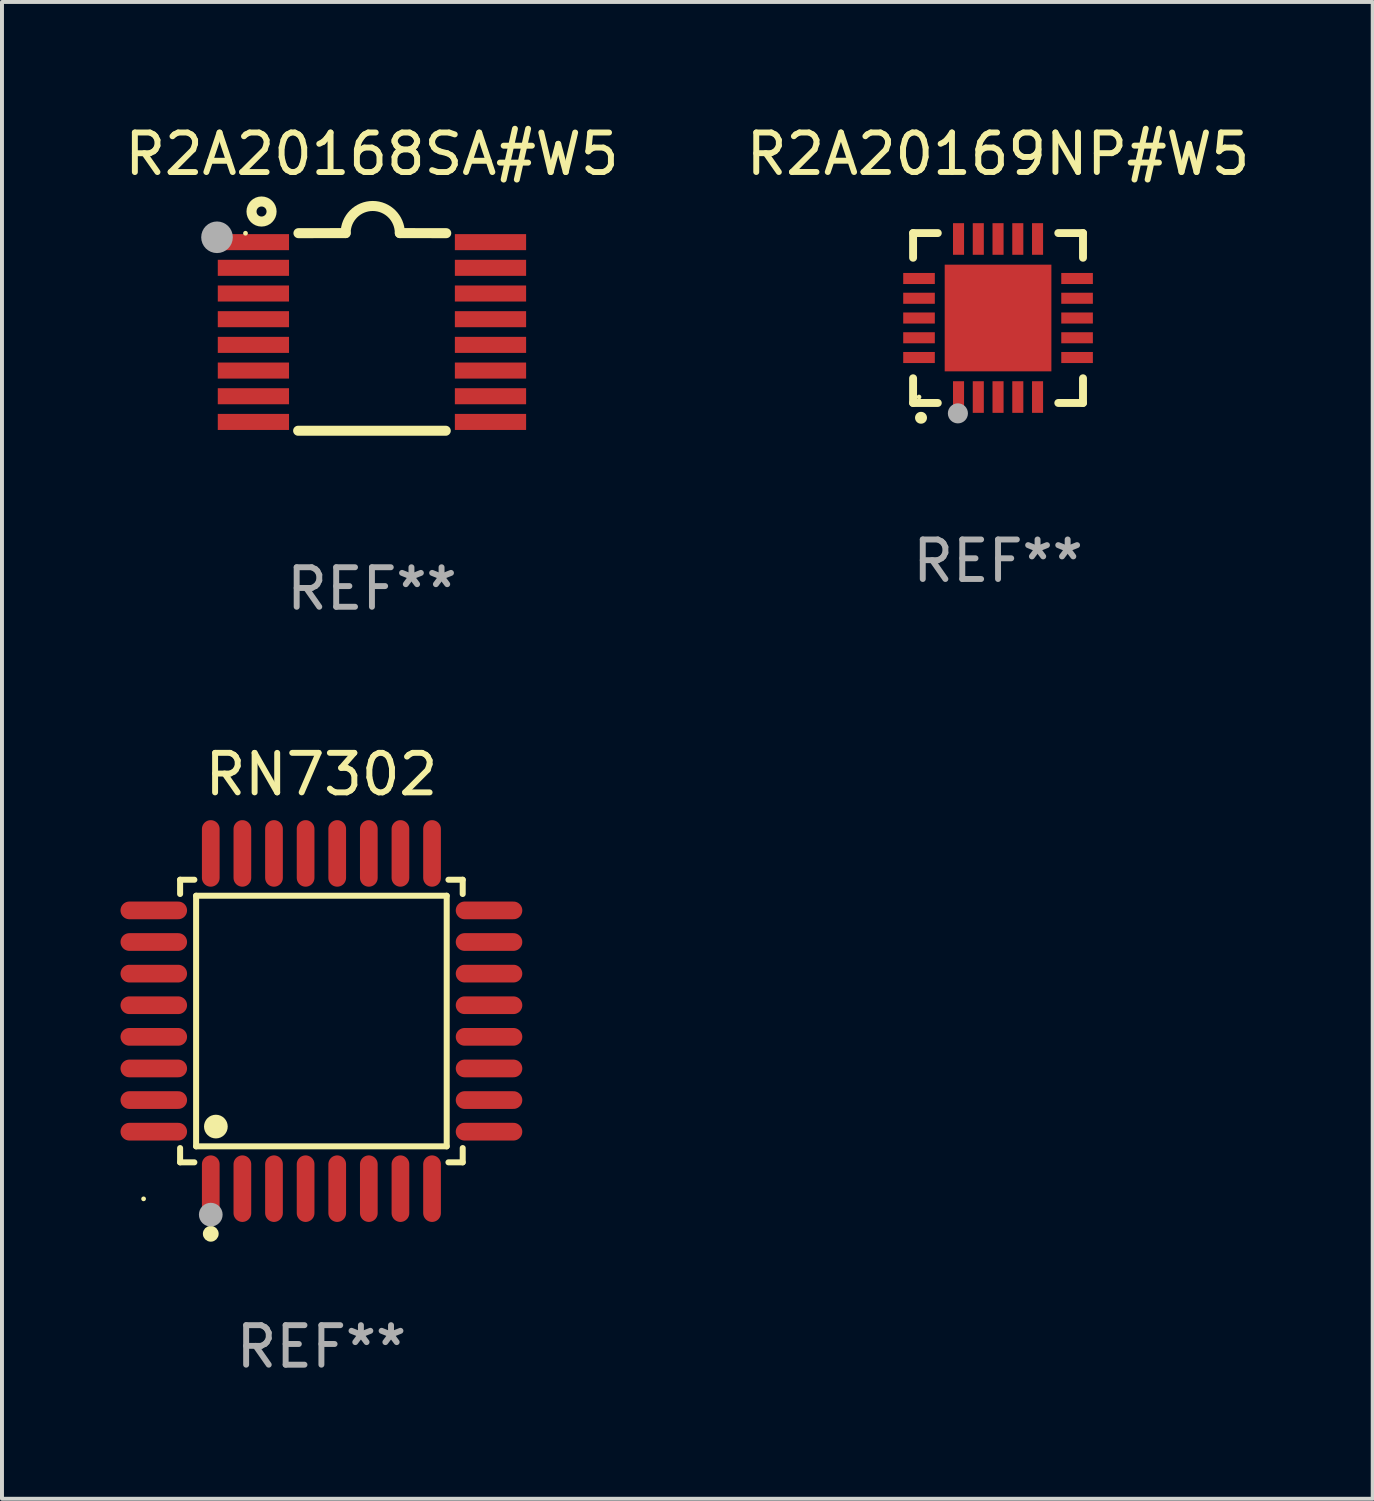
<source format=kicad_pcb>
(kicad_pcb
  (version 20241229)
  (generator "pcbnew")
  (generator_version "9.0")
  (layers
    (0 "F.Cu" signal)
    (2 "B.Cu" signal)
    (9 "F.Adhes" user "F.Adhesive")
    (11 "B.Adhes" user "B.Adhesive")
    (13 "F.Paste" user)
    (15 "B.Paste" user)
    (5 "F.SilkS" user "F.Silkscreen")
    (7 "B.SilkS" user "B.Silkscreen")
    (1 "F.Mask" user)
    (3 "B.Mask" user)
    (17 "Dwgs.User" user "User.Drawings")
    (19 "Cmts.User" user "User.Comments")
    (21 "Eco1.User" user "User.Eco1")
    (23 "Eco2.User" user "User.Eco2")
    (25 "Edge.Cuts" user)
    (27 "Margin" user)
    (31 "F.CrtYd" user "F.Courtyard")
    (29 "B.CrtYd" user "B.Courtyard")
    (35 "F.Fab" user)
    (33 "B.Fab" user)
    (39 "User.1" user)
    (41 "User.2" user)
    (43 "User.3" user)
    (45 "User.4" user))
  (footprint "R2A20169NP#W5"
    (layer "F.Cu")
    (at 22.208 4.998)
    (property "Reference" "R2A20169NP#W5" (at 0 -4.15 0) (layer "F.SilkS") (effects (font (size 1 1) (thickness 0.15))))
    (attr through_hole)
    (fp_line (start -2.15 -2.15) (end -2.15 -1.525) (stroke (width 0.2) (type solid)) (layer "F.SilkS"))
    (fp_line (start -2.15 2.15) (end -2.15 1.525) (stroke (width 0.2) (type solid)) (layer "F.SilkS"))
    (fp_line (start -1.525 -2.15) (end -2.15 -2.15) (stroke (width 0.2) (type solid)) (layer "F.SilkS"))
    (fp_line (start -1.525 2.15) (end -2.15 2.15) (stroke (width 0.2) (type solid)) (layer "F.SilkS"))
    (fp_line (start 1.525 2.15) (end 2.15 2.15) (stroke (width 0.2) (type solid)) (layer "F.SilkS"))
    (fp_line (start 2.15 -2.15) (end 1.525 -2.15) (stroke (width 0.2) (type solid)) (layer "F.SilkS"))
    (fp_line (start 2.15 -1.525) (end 2.15 -2.15) (stroke (width 0.2) (type solid)) (layer "F.SilkS"))
    (fp_line (start 2.15 2.15) (end 2.15 1.525) (stroke (width 0.2) (type solid)) (layer "F.SilkS"))
    (fp_arc (start -1.950724 2.524765) (mid -1.949454 2.52476) (end -1.948184 2.524765) (stroke (width 0.3) (type solid)) (layer "F.SilkS"))
    (fp_circle (center -2 2) (end -1.97 2) (stroke (width 0.06) (type solid)) (fill no) (layer "F.SilkS"))
    (fp_circle (center -1.016 2.413) (end -0.889 2.413) (stroke (width 0.254) (type solid)) (fill no) (layer "F.Fab"))
    (fp_text user "REF**" (at 0 6.15 0) (layer "F.Fab") (effects (font (size 1 1) (thickness 0.15))))
    (pad "1" smd rect (at -1 2) (size 0.28 0.8) (layers "F.Cu" "F.Mask" "F.Paste"))
    (pad "2" smd rect (at -0.5 2) (size 0.28 0.8) (layers "F.Cu" "F.Mask" "F.Paste"))
    (pad "3" smd rect (at 0 2) (size 0.28 0.8) (layers "F.Cu" "F.Mask" "F.Paste"))
    (pad "4" smd rect (at 0.5 2) (size 0.28 0.8) (layers "F.Cu" "F.Mask" "F.Paste"))
    (pad "5" smd rect (at 1 2) (size 0.28 0.8) (layers "F.Cu" "F.Mask" "F.Paste"))
    (pad "6" smd rect (at 2 1) (size 0.8 0.28) (layers "F.Cu" "F.Mask" "F.Paste"))
    (pad "7" smd rect (at 2 0.5) (size 0.8 0.28) (layers "F.Cu" "F.Mask" "F.Paste"))
    (pad "8" smd rect (at 2 0) (size 0.8 0.28) (layers "F.Cu" "F.Mask" "F.Paste"))
    (pad "9" smd rect (at 2 -0.5) (size 0.8 0.28) (layers "F.Cu" "F.Mask" "F.Paste"))
    (pad "10" smd rect (at 2 -1) (size 0.8 0.28) (layers "F.Cu" "F.Mask" "F.Paste"))
    (pad "11" smd rect (at 1 -2) (size 0.28 0.8) (layers "F.Cu" "F.Mask" "F.Paste"))
    (pad "12" smd rect (at 0.5 -2) (size 0.28 0.8) (layers "F.Cu" "F.Mask" "F.Paste"))
    (pad "13" smd rect (at 0 -2) (size 0.28 0.8) (layers "F.Cu" "F.Mask" "F.Paste"))
    (pad "14" smd rect (at -0.5 -2) (size 0.28 0.8) (layers "F.Cu" "F.Mask" "F.Paste"))
    (pad "15" smd rect (at -1 -2) (size 0.28 0.8) (layers "F.Cu" "F.Mask" "F.Paste"))
    (pad "16" smd rect (at -2 -1) (size 0.8 0.28) (layers "F.Cu" "F.Mask" "F.Paste"))
    (pad "17" smd rect (at -2 -0.5) (size 0.8 0.28) (layers "F.Cu" "F.Mask" "F.Paste"))
    (pad "18" smd rect (at -2 0) (size 0.8 0.28) (layers "F.Cu" "F.Mask" "F.Paste"))
    (pad "19" smd rect (at -2 0.5) (size 0.8 0.28) (layers "F.Cu" "F.Mask" "F.Paste"))
    (pad "20" smd rect (at -2 1) (size 0.8 0.28) (layers "F.Cu" "F.Mask" "F.Paste"))
    (pad "21" smd rect (at 0 0) (size 2.7 2.7) (layers "F.Cu" "F.Mask" "F.Paste")))
  (footprint "R2A20168SA#W5"
    (layer "F.Cu")
    (at 6.363 5.35)
    (property "Reference" "R2A20168SA#W5" (at 0 -4.501 0) (layer "F.SilkS") (effects (font (size 1 1) (thickness 0.15))))
    (attr through_hole)
    (fp_line (start -1.868 2.501) (end 1.868 2.501) (stroke (width 0.254) (type solid)) (layer "F.SilkS"))
    (fp_line (start -1.86 -2.499) (end -0.666 -2.501) (stroke (width 0.254) (type solid)) (layer "F.SilkS"))
    (fp_line (start 0.706 -2.501) (end 1.88 -2.499) (stroke (width 0.254) (type solid)) (layer "F.SilkS"))
    (fp_arc (start -0.665914 -2.501448) (mid 0.019888 -3.18725) (end 0.70569 -2.501448) (stroke (width 0.254001) (type solid)) (layer "F.SilkS"))
    (fp_circle (center -3.2 -2.497) (end -3.17 -2.497) (stroke (width 0.06) (type solid)) (fill no) (layer "F.SilkS"))
    (fp_circle (center -2.794 -3.047) (end -2.54 -3.047) (stroke (width 0.254) (type solid)) (fill no) (layer "F.SilkS"))
    (fp_circle (center -3.921 -2.395) (end -3.721 -2.395) (stroke (width 0.4) (type solid)) (fill no) (layer "F.Fab"))
    (fp_text user "REF**" (at 0 6.501 0) (layer "F.Fab") (effects (font (size 1 1) (thickness 0.15))))
    (pad "1" smd rect (at -3 -2.272) (size 1.803 0.406) (layers "F.Cu" "F.Mask" "F.Paste"))
    (pad "2" smd rect (at -3 -1.622) (size 1.803 0.406) (layers "F.Cu" "F.Mask" "F.Paste"))
    (pad "3" smd rect (at -3 -0.972) (size 1.803 0.406) (layers "F.Cu" "F.Mask" "F.Paste"))
    (pad "4" smd rect (at -3 -0.322) (size 1.803 0.406) (layers "F.Cu" "F.Mask" "F.Paste"))
    (pad "5" smd rect (at -3 0.328) (size 1.803 0.406) (layers "F.Cu" "F.Mask" "F.Paste"))
    (pad "6" smd rect (at -3 0.978) (size 1.803 0.406) (layers "F.Cu" "F.Mask" "F.Paste"))
    (pad "7" smd rect (at -3 1.628) (size 1.803 0.406) (layers "F.Cu" "F.Mask" "F.Paste"))
    (pad "8" smd rect (at -3 2.278) (size 1.803 0.406) (layers "F.Cu" "F.Mask" "F.Paste"))
    (pad "9" smd rect (at 3 2.278) (size 1.803 0.406) (layers "F.Cu" "F.Mask" "F.Paste"))
    (pad "10" smd rect (at 3 1.628) (size 1.803 0.406) (layers "F.Cu" "F.Mask" "F.Paste"))
    (pad "11" smd rect (at 3 0.978) (size 1.803 0.406) (layers "F.Cu" "F.Mask" "F.Paste"))
    (pad "12" smd rect (at 3 0.328) (size 1.803 0.406) (layers "F.Cu" "F.Mask" "F.Paste"))
    (pad "13" smd rect (at 3 -0.322) (size 1.803 0.406) (layers "F.Cu" "F.Mask" "F.Paste"))
    (pad "14" smd rect (at 3 -0.972) (size 1.803 0.406) (layers "F.Cu" "F.Mask" "F.Paste"))
    (pad "15" smd rect (at 3 -1.622) (size 1.803 0.406) (layers "F.Cu" "F.Mask" "F.Paste"))
    (pad "16" smd rect (at 3 -2.272) (size 1.803 0.406) (layers "F.Cu" "F.Mask" "F.Paste")))
  (footprint "RN7302"
    (layer "F.Cu")
    (at 5.084 22.79)
    (property "Reference" "RN7302" (at 0 -6.242 0) (layer "F.SilkS") (effects (font (size 1 1) (thickness 0.15))))
    (attr through_hole)
    (fp_line (start -3.576 -3.576) (end -3.215 -3.576) (stroke (width 0.152) (type solid)) (layer "F.SilkS"))
    (fp_line (start -3.576 -3.215) (end -3.576 -3.576) (stroke (width 0.152) (type solid)) (layer "F.SilkS"))
    (fp_line (start -3.576 3.215) (end -3.576 3.576) (stroke (width 0.152) (type solid)) (layer "F.SilkS"))
    (fp_line (start -3.576 3.576) (end -3.215 3.576) (stroke (width 0.152) (type solid)) (layer "F.SilkS"))
    (fp_line (start -3.171 -3.171) (end 3.171 -3.171) (stroke (width 0.152) (type solid)) (layer "F.SilkS"))
    (fp_line (start -3.171 3.171) (end -3.171 -3.171) (stroke (width 0.152) (type solid)) (layer "F.SilkS"))
    (fp_line (start 3.171 -3.171) (end 3.171 3.171) (stroke (width 0.152) (type solid)) (layer "F.SilkS"))
    (fp_line (start 3.171 3.171) (end -3.171 3.171) (stroke (width 0.152) (type solid)) (layer "F.SilkS"))
    (fp_line (start 3.576 -3.576) (end 3.215 -3.576) (stroke (width 0.152) (type solid)) (layer "F.SilkS"))
    (fp_line (start 3.576 -3.215) (end 3.576 -3.576) (stroke (width 0.152) (type solid)) (layer "F.SilkS"))
    (fp_line (start 3.576 3.215) (end 3.576 3.576) (stroke (width 0.152) (type solid)) (layer "F.SilkS"))
    (fp_line (start 3.576 3.576) (end 3.215 3.576) (stroke (width 0.152) (type solid)) (layer "F.SilkS"))
    (fp_circle (center -4.5 4.5) (end -4.47 4.5) (stroke (width 0.06) (type solid)) (fill no) (layer "F.SilkS"))
    (fp_circle (center -2.8 5.384) (end -2.7 5.384) (stroke (width 0.2) (type solid)) (fill no) (layer "F.SilkS"))
    (fp_circle (center -2.671 2.671) (end -2.521 2.671) (stroke (width 0.3) (type solid)) (fill no) (layer "F.SilkS"))
    (fp_circle (center -2.8 4.9) (end -2.65 4.9) (stroke (width 0.3) (type solid)) (fill no) (layer "F.Fab"))
    (fp_text user "REF**" (at 0 8.242 0) (layer "F.Fab") (effects (font (size 1 1) (thickness 0.15))))
    (pad "1" smd oval (at -2.8 4.242) (size 0.448 1.684) (layers "F.Cu" "F.Mask" "F.Paste"))
    (pad "2" smd oval (at -2 4.242) (size 0.448 1.684) (layers "F.Cu" "F.Mask" "F.Paste"))
    (pad "3" smd oval (at -1.2 4.242) (size 0.448 1.684) (layers "F.Cu" "F.Mask" "F.Paste"))
    (pad "4" smd oval (at -0.4 4.242) (size 0.448 1.684) (layers "F.Cu" "F.Mask" "F.Paste"))
    (pad "5" smd oval (at 0.4 4.242) (size 0.448 1.684) (layers "F.Cu" "F.Mask" "F.Paste"))
    (pad "6" smd oval (at 1.2 4.242) (size 0.448 1.684) (layers "F.Cu" "F.Mask" "F.Paste"))
    (pad "7" smd oval (at 2 4.242) (size 0.448 1.684) (layers "F.Cu" "F.Mask" "F.Paste"))
    (pad "8" smd oval (at 2.8 4.242) (size 0.448 1.684) (layers "F.Cu" "F.Mask" "F.Paste"))
    (pad "9" smd oval (at 4.242 2.8) (size 1.684 0.448) (layers "F.Cu" "F.Mask" "F.Paste"))
    (pad "10" smd oval (at 4.242 2) (size 1.684 0.448) (layers "F.Cu" "F.Mask" "F.Paste"))
    (pad "11" smd oval (at 4.242 1.2) (size 1.684 0.448) (layers "F.Cu" "F.Mask" "F.Paste"))
    (pad "12" smd oval (at 4.242 0.4) (size 1.684 0.448) (layers "F.Cu" "F.Mask" "F.Paste"))
    (pad "13" smd oval (at 4.242 -0.4) (size 1.684 0.448) (layers "F.Cu" "F.Mask" "F.Paste"))
    (pad "14" smd oval (at 4.242 -1.2) (size 1.684 0.448) (layers "F.Cu" "F.Mask" "F.Paste"))
    (pad "15" smd oval (at 4.242 -2) (size 1.684 0.448) (layers "F.Cu" "F.Mask" "F.Paste"))
    (pad "16" smd oval (at 4.242 -2.8) (size 1.684 0.448) (layers "F.Cu" "F.Mask" "F.Paste"))
    (pad "17" smd oval (at 2.8 -4.242) (size 0.448 1.684) (layers "F.Cu" "F.Mask" "F.Paste"))
    (pad "18" smd oval (at 2 -4.242) (size 0.448 1.684) (layers "F.Cu" "F.Mask" "F.Paste"))
    (pad "19" smd oval (at 1.2 -4.242) (size 0.448 1.684) (layers "F.Cu" "F.Mask" "F.Paste"))
    (pad "20" smd oval (at 0.4 -4.242) (size 0.448 1.684) (layers "F.Cu" "F.Mask" "F.Paste"))
    (pad "21" smd oval (at -0.4 -4.242) (size 0.448 1.684) (layers "F.Cu" "F.Mask" "F.Paste"))
    (pad "22" smd oval (at -1.2 -4.242) (size 0.448 1.684) (layers "F.Cu" "F.Mask" "F.Paste"))
    (pad "23" smd oval (at -2 -4.242) (size 0.448 1.684) (layers "F.Cu" "F.Mask" "F.Paste"))
    (pad "24" smd oval (at -2.8 -4.242) (size 0.448 1.684) (layers "F.Cu" "F.Mask" "F.Paste"))
    (pad "25" smd oval (at -4.242 -2.8) (size 1.684 0.448) (layers "F.Cu" "F.Mask" "F.Paste"))
    (pad "26" smd oval (at -4.242 -2) (size 1.684 0.448) (layers "F.Cu" "F.Mask" "F.Paste"))
    (pad "27" smd oval (at -4.242 -1.2) (size 1.684 0.448) (layers "F.Cu" "F.Mask" "F.Paste"))
    (pad "28" smd oval (at -4.242 -0.4) (size 1.684 0.448) (layers "F.Cu" "F.Mask" "F.Paste"))
    (pad "29" smd oval (at -4.242 0.4) (size 1.684 0.448) (layers "F.Cu" "F.Mask" "F.Paste"))
    (pad "30" smd oval (at -4.242 1.2) (size 1.684 0.448) (layers "F.Cu" "F.Mask" "F.Paste"))
    (pad "31" smd oval (at -4.242 2) (size 1.684 0.448) (layers "F.Cu" "F.Mask" "F.Paste"))
    (pad "32" smd oval (at -4.242 2.8) (size 1.684 0.448) (layers "F.Cu" "F.Mask" "F.Paste")))
  (gr_rect
    (start -3 -3)
    (end 31.69 34.88)
    (stroke (width 0.1) (type default))
    (fill no)
    (layer "Edge.Cuts")))
</source>
